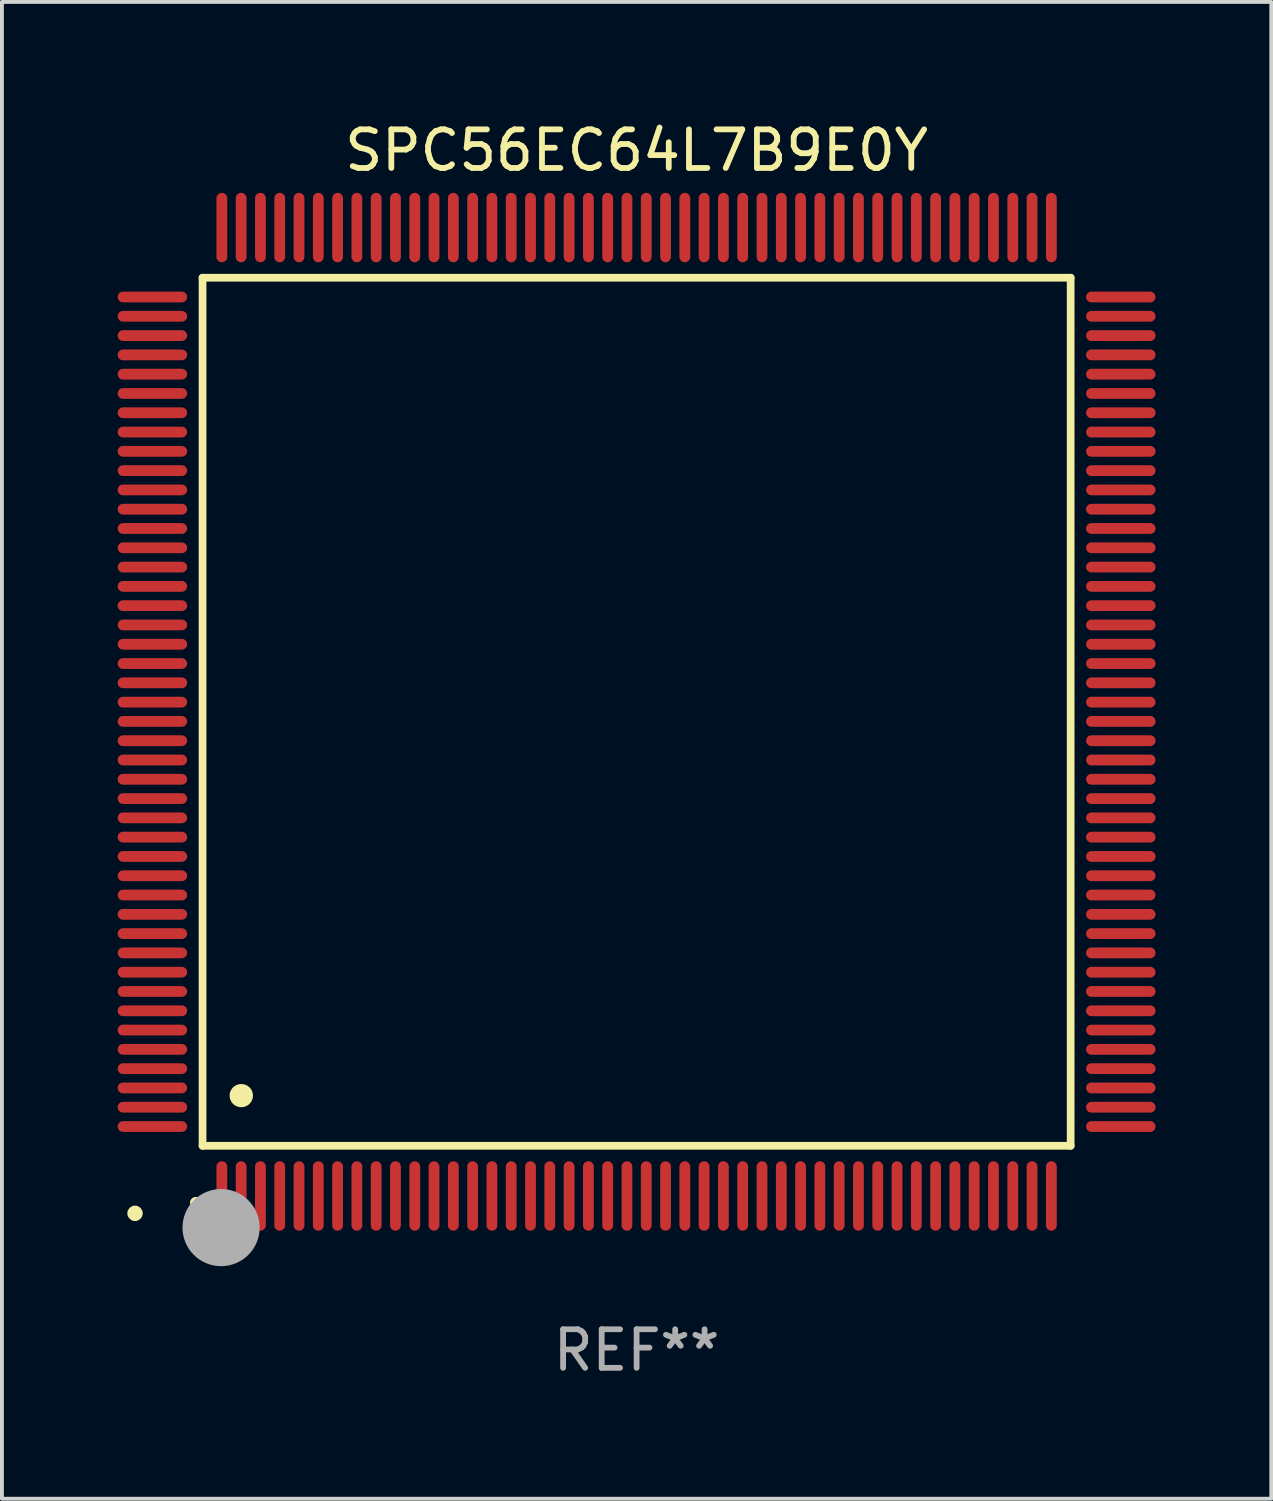
<source format=kicad_pcb>
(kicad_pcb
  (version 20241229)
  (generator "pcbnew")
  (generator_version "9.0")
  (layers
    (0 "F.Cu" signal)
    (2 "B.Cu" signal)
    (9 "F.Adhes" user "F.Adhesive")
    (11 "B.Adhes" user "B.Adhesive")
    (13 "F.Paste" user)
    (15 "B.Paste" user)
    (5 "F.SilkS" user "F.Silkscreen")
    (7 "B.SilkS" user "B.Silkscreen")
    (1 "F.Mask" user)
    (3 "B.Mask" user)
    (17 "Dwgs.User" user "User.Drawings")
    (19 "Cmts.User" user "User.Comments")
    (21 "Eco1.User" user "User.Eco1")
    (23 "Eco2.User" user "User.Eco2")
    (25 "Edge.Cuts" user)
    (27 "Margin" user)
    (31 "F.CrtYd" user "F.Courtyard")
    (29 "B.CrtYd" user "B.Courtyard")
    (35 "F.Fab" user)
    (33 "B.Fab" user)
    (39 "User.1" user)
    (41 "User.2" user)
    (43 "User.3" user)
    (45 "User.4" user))
  (footprint "SPC56EC64L7B9E0Y"
    (layer "F.Cu")
    (at 13.45 15.398)
    (property "Reference" "SPC56EC64L7B9E0Y" (at 0 -14.55 0) (layer "F.SilkS") (effects (font (size 1 1) (thickness 0.15))))
    (attr through_hole)
    (fp_line (start -11.25 -11.25) (end 11.25 -11.25) (stroke (width 0.2) (type solid)) (layer "F.SilkS"))
    (fp_line (start -11.25 11.25) (end -11.25 -11.25) (stroke (width 0.2) (type solid)) (layer "F.SilkS"))
    (fp_line (start 11.25 -11.25) (end 11.25 11.25) (stroke (width 0.2) (type solid)) (layer "F.SilkS"))
    (fp_line (start 11.25 11.25) (end -11.25 11.25) (stroke (width 0.2) (type solid)) (layer "F.SilkS"))
    (fp_arc (start -11.424943 12.725425) (mid -11.423673 12.72542) (end -11.422403 12.725425) (stroke (width 0.3) (type solid)) (layer "F.SilkS"))
    (fp_arc (start -10.24892 9.9492) (mid -10.24638 9.949189) (end -10.24384 9.9492) (stroke (width 0.6) (type solid)) (layer "F.SilkS"))
    (fp_circle (center -13 13) (end -12.9 13) (stroke (width 0.2) (type solid)) (fill no) (layer "F.SilkS"))
    (fp_circle (center -10.77 13.37) (end -10.27 13.37) (stroke (width 1) (type solid)) (fill no) (layer "F.Fab"))
    (fp_text user "REF**" (at 0 16.55 0) (layer "F.Fab") (effects (font (size 1 1) (thickness 0.15))))
    (pad "1" smd oval (at -10.75 12.55) (size 0.28 1.8) (layers "F.Cu" "F.Mask" "F.Paste"))
    (pad "2" smd oval (at -10.25 12.55) (size 0.28 1.8) (layers "F.Cu" "F.Mask" "F.Paste"))
    (pad "3" smd oval (at -9.75 12.55) (size 0.28 1.8) (layers "F.Cu" "F.Mask" "F.Paste"))
    (pad "4" smd oval (at -9.25 12.55) (size 0.28 1.8) (layers "F.Cu" "F.Mask" "F.Paste"))
    (pad "5" smd oval (at -8.75 12.55) (size 0.28 1.8) (layers "F.Cu" "F.Mask" "F.Paste"))
    (pad "6" smd oval (at -8.25 12.55) (size 0.28 1.8) (layers "F.Cu" "F.Mask" "F.Paste"))
    (pad "7" smd oval (at -7.75 12.55) (size 0.28 1.8) (layers "F.Cu" "F.Mask" "F.Paste"))
    (pad "8" smd oval (at -7.25 12.55) (size 0.28 1.8) (layers "F.Cu" "F.Mask" "F.Paste"))
    (pad "9" smd oval (at -6.75 12.55) (size 0.28 1.8) (layers "F.Cu" "F.Mask" "F.Paste"))
    (pad "10" smd oval (at -6.25 12.55) (size 0.28 1.8) (layers "F.Cu" "F.Mask" "F.Paste"))
    (pad "11" smd oval (at -5.75 12.55) (size 0.28 1.8) (layers "F.Cu" "F.Mask" "F.Paste"))
    (pad "12" smd oval (at -5.25 12.55) (size 0.28 1.8) (layers "F.Cu" "F.Mask" "F.Paste"))
    (pad "13" smd oval (at -4.75 12.55) (size 0.28 1.8) (layers "F.Cu" "F.Mask" "F.Paste"))
    (pad "14" smd oval (at -4.25 12.55) (size 0.28 1.8) (layers "F.Cu" "F.Mask" "F.Paste"))
    (pad "15" smd oval (at -3.75 12.55) (size 0.28 1.8) (layers "F.Cu" "F.Mask" "F.Paste"))
    (pad "16" smd oval (at -3.25 12.55) (size 0.28 1.8) (layers "F.Cu" "F.Mask" "F.Paste"))
    (pad "17" smd oval (at -2.75 12.55) (size 0.28 1.8) (layers "F.Cu" "F.Mask" "F.Paste"))
    (pad "18" smd oval (at -2.25 12.55) (size 0.28 1.8) (layers "F.Cu" "F.Mask" "F.Paste"))
    (pad "19" smd oval (at -1.75 12.55) (size 0.28 1.8) (layers "F.Cu" "F.Mask" "F.Paste"))
    (pad "20" smd oval (at -1.25 12.55) (size 0.28 1.8) (layers "F.Cu" "F.Mask" "F.Paste"))
    (pad "21" smd oval (at -0.75 12.55) (size 0.28 1.8) (layers "F.Cu" "F.Mask" "F.Paste"))
    (pad "22" smd oval (at -0.25 12.55) (size 0.28 1.8) (layers "F.Cu" "F.Mask" "F.Paste"))
    (pad "23" smd oval (at 0.25 12.55) (size 0.28 1.8) (layers "F.Cu" "F.Mask" "F.Paste"))
    (pad "24" smd oval (at 0.75 12.55) (size 0.28 1.8) (layers "F.Cu" "F.Mask" "F.Paste"))
    (pad "25" smd oval (at 1.25 12.55) (size 0.28 1.8) (layers "F.Cu" "F.Mask" "F.Paste"))
    (pad "26" smd oval (at 1.75 12.55) (size 0.28 1.8) (layers "F.Cu" "F.Mask" "F.Paste"))
    (pad "27" smd oval (at 2.25 12.55) (size 0.28 1.8) (layers "F.Cu" "F.Mask" "F.Paste"))
    (pad "28" smd oval (at 2.75 12.55) (size 0.28 1.8) (layers "F.Cu" "F.Mask" "F.Paste"))
    (pad "29" smd oval (at 3.25 12.55) (size 0.28 1.8) (layers "F.Cu" "F.Mask" "F.Paste"))
    (pad "30" smd oval (at 3.75 12.55) (size 0.28 1.8) (layers "F.Cu" "F.Mask" "F.Paste"))
    (pad "31" smd oval (at 4.25 12.55) (size 0.28 1.8) (layers "F.Cu" "F.Mask" "F.Paste"))
    (pad "32" smd oval (at 4.75 12.55) (size 0.28 1.8) (layers "F.Cu" "F.Mask" "F.Paste"))
    (pad "33" smd oval (at 5.25 12.55) (size 0.28 1.8) (layers "F.Cu" "F.Mask" "F.Paste"))
    (pad "34" smd oval (at 5.75 12.55) (size 0.28 1.8) (layers "F.Cu" "F.Mask" "F.Paste"))
    (pad "35" smd oval (at 6.25 12.55) (size 0.28 1.8) (layers "F.Cu" "F.Mask" "F.Paste"))
    (pad "36" smd oval (at 6.75 12.55) (size 0.28 1.8) (layers "F.Cu" "F.Mask" "F.Paste"))
    (pad "37" smd oval (at 7.25 12.55) (size 0.28 1.8) (layers "F.Cu" "F.Mask" "F.Paste"))
    (pad "38" smd oval (at 7.75 12.55) (size 0.28 1.8) (layers "F.Cu" "F.Mask" "F.Paste"))
    (pad "39" smd oval (at 8.25 12.55) (size 0.28 1.8) (layers "F.Cu" "F.Mask" "F.Paste"))
    (pad "40" smd oval (at 8.75 12.55) (size 0.28 1.8) (layers "F.Cu" "F.Mask" "F.Paste"))
    (pad "41" smd oval (at 9.25 12.55) (size 0.28 1.8) (layers "F.Cu" "F.Mask" "F.Paste"))
    (pad "42" smd oval (at 9.75 12.55) (size 0.28 1.8) (layers "F.Cu" "F.Mask" "F.Paste"))
    (pad "43" smd oval (at 10.25 12.55) (size 0.28 1.8) (layers "F.Cu" "F.Mask" "F.Paste"))
    (pad "44" smd oval (at 10.75 12.55) (size 0.28 1.8) (layers "F.Cu" "F.Mask" "F.Paste"))
    (pad "45" smd oval (at 12.55 10.75) (size 1.8 0.28) (layers "F.Cu" "F.Mask" "F.Paste"))
    (pad "46" smd oval (at 12.55 10.25) (size 1.8 0.28) (layers "F.Cu" "F.Mask" "F.Paste"))
    (pad "47" smd oval (at 12.55 9.75) (size 1.8 0.28) (layers "F.Cu" "F.Mask" "F.Paste"))
    (pad "48" smd oval (at 12.55 9.25) (size 1.8 0.28) (layers "F.Cu" "F.Mask" "F.Paste"))
    (pad "49" smd oval (at 12.55 8.75) (size 1.8 0.28) (layers "F.Cu" "F.Mask" "F.Paste"))
    (pad "50" smd oval (at 12.55 8.25) (size 1.8 0.28) (layers "F.Cu" "F.Mask" "F.Paste"))
    (pad "51" smd oval (at 12.55 7.75) (size 1.8 0.28) (layers "F.Cu" "F.Mask" "F.Paste"))
    (pad "52" smd oval (at 12.55 7.25) (size 1.8 0.28) (layers "F.Cu" "F.Mask" "F.Paste"))
    (pad "53" smd oval (at 12.55 6.75) (size 1.8 0.28) (layers "F.Cu" "F.Mask" "F.Paste"))
    (pad "54" smd oval (at 12.55 6.25) (size 1.8 0.28) (layers "F.Cu" "F.Mask" "F.Paste"))
    (pad "55" smd oval (at 12.55 5.75) (size 1.8 0.28) (layers "F.Cu" "F.Mask" "F.Paste"))
    (pad "56" smd oval (at 12.55 5.25) (size 1.8 0.28) (layers "F.Cu" "F.Mask" "F.Paste"))
    (pad "57" smd oval (at 12.55 4.75) (size 1.8 0.28) (layers "F.Cu" "F.Mask" "F.Paste"))
    (pad "58" smd oval (at 12.55 4.25) (size 1.8 0.28) (layers "F.Cu" "F.Mask" "F.Paste"))
    (pad "59" smd oval (at 12.55 3.75) (size 1.8 0.28) (layers "F.Cu" "F.Mask" "F.Paste"))
    (pad "60" smd oval (at 12.55 3.25) (size 1.8 0.28) (layers "F.Cu" "F.Mask" "F.Paste"))
    (pad "61" smd oval (at 12.55 2.75) (size 1.8 0.28) (layers "F.Cu" "F.Mask" "F.Paste"))
    (pad "62" smd oval (at 12.55 2.25) (size 1.8 0.28) (layers "F.Cu" "F.Mask" "F.Paste"))
    (pad "63" smd oval (at 12.55 1.75) (size 1.8 0.28) (layers "F.Cu" "F.Mask" "F.Paste"))
    (pad "64" smd oval (at 12.55 1.25) (size 1.8 0.28) (layers "F.Cu" "F.Mask" "F.Paste"))
    (pad "65" smd oval (at 12.55 0.75) (size 1.8 0.28) (layers "F.Cu" "F.Mask" "F.Paste"))
    (pad "66" smd oval (at 12.55 0.25) (size 1.8 0.28) (layers "F.Cu" "F.Mask" "F.Paste"))
    (pad "67" smd oval (at 12.55 -0.25) (size 1.8 0.28) (layers "F.Cu" "F.Mask" "F.Paste"))
    (pad "68" smd oval (at 12.55 -0.75) (size 1.8 0.28) (layers "F.Cu" "F.Mask" "F.Paste"))
    (pad "69" smd oval (at 12.55 -1.25) (size 1.8 0.28) (layers "F.Cu" "F.Mask" "F.Paste"))
    (pad "70" smd oval (at 12.55 -1.75) (size 1.8 0.28) (layers "F.Cu" "F.Mask" "F.Paste"))
    (pad "71" smd oval (at 12.55 -2.25) (size 1.8 0.28) (layers "F.Cu" "F.Mask" "F.Paste"))
    (pad "72" smd oval (at 12.55 -2.75) (size 1.8 0.28) (layers "F.Cu" "F.Mask" "F.Paste"))
    (pad "73" smd oval (at 12.55 -3.25) (size 1.8 0.28) (layers "F.Cu" "F.Mask" "F.Paste"))
    (pad "74" smd oval (at 12.55 -3.75) (size 1.8 0.28) (layers "F.Cu" "F.Mask" "F.Paste"))
    (pad "75" smd oval (at 12.55 -4.25) (size 1.8 0.28) (layers "F.Cu" "F.Mask" "F.Paste"))
    (pad "76" smd oval (at 12.55 -4.75) (size 1.8 0.28) (layers "F.Cu" "F.Mask" "F.Paste"))
    (pad "77" smd oval (at 12.55 -5.25) (size 1.8 0.28) (layers "F.Cu" "F.Mask" "F.Paste"))
    (pad "78" smd oval (at 12.55 -5.75) (size 1.8 0.28) (layers "F.Cu" "F.Mask" "F.Paste"))
    (pad "79" smd oval (at 12.55 -6.25) (size 1.8 0.28) (layers "F.Cu" "F.Mask" "F.Paste"))
    (pad "80" smd oval (at 12.55 -6.75) (size 1.8 0.28) (layers "F.Cu" "F.Mask" "F.Paste"))
    (pad "81" smd oval (at 12.55 -7.25) (size 1.8 0.28) (layers "F.Cu" "F.Mask" "F.Paste"))
    (pad "82" smd oval (at 12.55 -7.75) (size 1.8 0.28) (layers "F.Cu" "F.Mask" "F.Paste"))
    (pad "83" smd oval (at 12.55 -8.25) (size 1.8 0.28) (layers "F.Cu" "F.Mask" "F.Paste"))
    (pad "84" smd oval (at 12.55 -8.75) (size 1.8 0.28) (layers "F.Cu" "F.Mask" "F.Paste"))
    (pad "85" smd oval (at 12.55 -9.25) (size 1.8 0.28) (layers "F.Cu" "F.Mask" "F.Paste"))
    (pad "86" smd oval (at 12.55 -9.75) (size 1.8 0.28) (layers "F.Cu" "F.Mask" "F.Paste"))
    (pad "87" smd oval (at 12.55 -10.25) (size 1.8 0.28) (layers "F.Cu" "F.Mask" "F.Paste"))
    (pad "88" smd oval (at 12.55 -10.75) (size 1.8 0.28) (layers "F.Cu" "F.Mask" "F.Paste"))
    (pad "89" smd oval (at 10.75 -12.55) (size 0.28 1.8) (layers "F.Cu" "F.Mask" "F.Paste"))
    (pad "90" smd oval (at 10.25 -12.55) (size 0.28 1.8) (layers "F.Cu" "F.Mask" "F.Paste"))
    (pad "91" smd oval (at 9.75 -12.55) (size 0.28 1.8) (layers "F.Cu" "F.Mask" "F.Paste"))
    (pad "92" smd oval (at 9.25 -12.55) (size 0.28 1.8) (layers "F.Cu" "F.Mask" "F.Paste"))
    (pad "93" smd oval (at 8.75 -12.55) (size 0.28 1.8) (layers "F.Cu" "F.Mask" "F.Paste"))
    (pad "94" smd oval (at 8.25 -12.55) (size 0.28 1.8) (layers "F.Cu" "F.Mask" "F.Paste"))
    (pad "95" smd oval (at 7.75 -12.55) (size 0.28 1.8) (layers "F.Cu" "F.Mask" "F.Paste"))
    (pad "96" smd oval (at 7.25 -12.55) (size 0.28 1.8) (layers "F.Cu" "F.Mask" "F.Paste"))
    (pad "97" smd oval (at 6.75 -12.55) (size 0.28 1.8) (layers "F.Cu" "F.Mask" "F.Paste"))
    (pad "98" smd oval (at 6.25 -12.55) (size 0.28 1.8) (layers "F.Cu" "F.Mask" "F.Paste"))
    (pad "99" smd oval (at 5.75 -12.55) (size 0.28 1.8) (layers "F.Cu" "F.Mask" "F.Paste"))
    (pad "100" smd oval (at 5.25 -12.55) (size 0.28 1.8) (layers "F.Cu" "F.Mask" "F.Paste"))
    (pad "101" smd oval (at 4.75 -12.55) (size 0.28 1.8) (layers "F.Cu" "F.Mask" "F.Paste"))
    (pad "102" smd oval (at 4.25 -12.55) (size 0.28 1.8) (layers "F.Cu" "F.Mask" "F.Paste"))
    (pad "103" smd oval (at 3.75 -12.55) (size 0.28 1.8) (layers "F.Cu" "F.Mask" "F.Paste"))
    (pad "104" smd oval (at 3.25 -12.55) (size 0.28 1.8) (layers "F.Cu" "F.Mask" "F.Paste"))
    (pad "105" smd oval (at 2.75 -12.55) (size 0.28 1.8) (layers "F.Cu" "F.Mask" "F.Paste"))
    (pad "106" smd oval (at 2.25 -12.55) (size 0.28 1.8) (layers "F.Cu" "F.Mask" "F.Paste"))
    (pad "107" smd oval (at 1.75 -12.55) (size 0.28 1.8) (layers "F.Cu" "F.Mask" "F.Paste"))
    (pad "108" smd oval (at 1.25 -12.55) (size 0.28 1.8) (layers "F.Cu" "F.Mask" "F.Paste"))
    (pad "109" smd oval (at 0.75 -12.55) (size 0.28 1.8) (layers "F.Cu" "F.Mask" "F.Paste"))
    (pad "110" smd oval (at 0.25 -12.55) (size 0.28 1.8) (layers "F.Cu" "F.Mask" "F.Paste"))
    (pad "111" smd oval (at -0.25 -12.55) (size 0.28 1.8) (layers "F.Cu" "F.Mask" "F.Paste"))
    (pad "112" smd oval (at -0.75 -12.55) (size 0.28 1.8) (layers "F.Cu" "F.Mask" "F.Paste"))
    (pad "113" smd oval (at -1.25 -12.55) (size 0.28 1.8) (layers "F.Cu" "F.Mask" "F.Paste"))
    (pad "114" smd oval (at -1.75 -12.55) (size 0.28 1.8) (layers "F.Cu" "F.Mask" "F.Paste"))
    (pad "115" smd oval (at -2.25 -12.55) (size 0.28 1.8) (layers "F.Cu" "F.Mask" "F.Paste"))
    (pad "116" smd oval (at -2.75 -12.55) (size 0.28 1.8) (layers "F.Cu" "F.Mask" "F.Paste"))
    (pad "117" smd oval (at -3.25 -12.55) (size 0.28 1.8) (layers "F.Cu" "F.Mask" "F.Paste"))
    (pad "118" smd oval (at -3.75 -12.55) (size 0.28 1.8) (layers "F.Cu" "F.Mask" "F.Paste"))
    (pad "119" smd oval (at -4.25 -12.55) (size 0.28 1.8) (layers "F.Cu" "F.Mask" "F.Paste"))
    (pad "120" smd oval (at -4.75 -12.55) (size 0.28 1.8) (layers "F.Cu" "F.Mask" "F.Paste"))
    (pad "121" smd oval (at -5.25 -12.55) (size 0.28 1.8) (layers "F.Cu" "F.Mask" "F.Paste"))
    (pad "122" smd oval (at -5.75 -12.55) (size 0.28 1.8) (layers "F.Cu" "F.Mask" "F.Paste"))
    (pad "123" smd oval (at -6.25 -12.55) (size 0.28 1.8) (layers "F.Cu" "F.Mask" "F.Paste"))
    (pad "124" smd oval (at -6.75 -12.55) (size 0.28 1.8) (layers "F.Cu" "F.Mask" "F.Paste"))
    (pad "125" smd oval (at -7.25 -12.55) (size 0.28 1.8) (layers "F.Cu" "F.Mask" "F.Paste"))
    (pad "126" smd oval (at -7.75 -12.55) (size 0.28 1.8) (layers "F.Cu" "F.Mask" "F.Paste"))
    (pad "127" smd oval (at -8.25 -12.55) (size 0.28 1.8) (layers "F.Cu" "F.Mask" "F.Paste"))
    (pad "128" smd oval (at -8.75 -12.55) (size 0.28 1.8) (layers "F.Cu" "F.Mask" "F.Paste"))
    (pad "129" smd oval (at -9.25 -12.55) (size 0.28 1.8) (layers "F.Cu" "F.Mask" "F.Paste"))
    (pad "130" smd oval (at -9.75 -12.55) (size 0.28 1.8) (layers "F.Cu" "F.Mask" "F.Paste"))
    (pad "131" smd oval (at -10.25 -12.55) (size 0.28 1.8) (layers "F.Cu" "F.Mask" "F.Paste"))
    (pad "132" smd oval (at -10.75 -12.55) (size 0.28 1.8) (layers "F.Cu" "F.Mask" "F.Paste"))
    (pad "133" smd oval (at -12.55 -10.75) (size 1.8 0.28) (layers "F.Cu" "F.Mask" "F.Paste"))
    (pad "134" smd oval (at -12.55 -10.25) (size 1.8 0.28) (layers "F.Cu" "F.Mask" "F.Paste"))
    (pad "135" smd oval (at -12.55 -9.75) (size 1.8 0.28) (layers "F.Cu" "F.Mask" "F.Paste"))
    (pad "136" smd oval (at -12.55 -9.25) (size 1.8 0.28) (layers "F.Cu" "F.Mask" "F.Paste"))
    (pad "137" smd oval (at -12.55 -8.75) (size 1.8 0.28) (layers "F.Cu" "F.Mask" "F.Paste"))
    (pad "138" smd oval (at -12.55 -8.25) (size 1.8 0.28) (layers "F.Cu" "F.Mask" "F.Paste"))
    (pad "139" smd oval (at -12.55 -7.75) (size 1.8 0.28) (layers "F.Cu" "F.Mask" "F.Paste"))
    (pad "140" smd oval (at -12.55 -7.25) (size 1.8 0.28) (layers "F.Cu" "F.Mask" "F.Paste"))
    (pad "141" smd oval (at -12.55 -6.75) (size 1.8 0.28) (layers "F.Cu" "F.Mask" "F.Paste"))
    (pad "142" smd oval (at -12.55 -6.25) (size 1.8 0.28) (layers "F.Cu" "F.Mask" "F.Paste"))
    (pad "143" smd oval (at -12.55 -5.75) (size 1.8 0.28) (layers "F.Cu" "F.Mask" "F.Paste"))
    (pad "144" smd oval (at -12.55 -5.25) (size 1.8 0.28) (layers "F.Cu" "F.Mask" "F.Paste"))
    (pad "145" smd oval (at -12.55 -4.75) (size 1.8 0.28) (layers "F.Cu" "F.Mask" "F.Paste"))
    (pad "146" smd oval (at -12.55 -4.25) (size 1.8 0.28) (layers "F.Cu" "F.Mask" "F.Paste"))
    (pad "147" smd oval (at -12.55 -3.75) (size 1.8 0.28) (layers "F.Cu" "F.Mask" "F.Paste"))
    (pad "148" smd oval (at -12.55 -3.25) (size 1.8 0.28) (layers "F.Cu" "F.Mask" "F.Paste"))
    (pad "149" smd oval (at -12.55 -2.75) (size 1.8 0.28) (layers "F.Cu" "F.Mask" "F.Paste"))
    (pad "150" smd oval (at -12.55 -2.25) (size 1.8 0.28) (layers "F.Cu" "F.Mask" "F.Paste"))
    (pad "151" smd oval (at -12.55 -1.75) (size 1.8 0.28) (layers "F.Cu" "F.Mask" "F.Paste"))
    (pad "152" smd oval (at -12.55 -1.25) (size 1.8 0.28) (layers "F.Cu" "F.Mask" "F.Paste"))
    (pad "153" smd oval (at -12.55 -0.75) (size 1.8 0.28) (layers "F.Cu" "F.Mask" "F.Paste"))
    (pad "154" smd oval (at -12.55 -0.25) (size 1.8 0.28) (layers "F.Cu" "F.Mask" "F.Paste"))
    (pad "155" smd oval (at -12.55 0.25) (size 1.8 0.28) (layers "F.Cu" "F.Mask" "F.Paste"))
    (pad "156" smd oval (at -12.55 0.75) (size 1.8 0.28) (layers "F.Cu" "F.Mask" "F.Paste"))
    (pad "157" smd oval (at -12.55 1.25) (size 1.8 0.28) (layers "F.Cu" "F.Mask" "F.Paste"))
    (pad "158" smd oval (at -12.55 1.75) (size 1.8 0.28) (layers "F.Cu" "F.Mask" "F.Paste"))
    (pad "159" smd oval (at -12.55 2.25) (size 1.8 0.28) (layers "F.Cu" "F.Mask" "F.Paste"))
    (pad "160" smd oval (at -12.55 2.75) (size 1.8 0.28) (layers "F.Cu" "F.Mask" "F.Paste"))
    (pad "161" smd oval (at -12.55 3.25) (size 1.8 0.28) (layers "F.Cu" "F.Mask" "F.Paste"))
    (pad "162" smd oval (at -12.55 3.75) (size 1.8 0.28) (layers "F.Cu" "F.Mask" "F.Paste"))
    (pad "163" smd oval (at -12.55 4.25) (size 1.8 0.28) (layers "F.Cu" "F.Mask" "F.Paste"))
    (pad "164" smd oval (at -12.55 4.75) (size 1.8 0.28) (layers "F.Cu" "F.Mask" "F.Paste"))
    (pad "165" smd oval (at -12.55 5.25) (size 1.8 0.28) (layers "F.Cu" "F.Mask" "F.Paste"))
    (pad "166" smd oval (at -12.55 5.75) (size 1.8 0.28) (layers "F.Cu" "F.Mask" "F.Paste"))
    (pad "167" smd oval (at -12.55 6.25) (size 1.8 0.28) (layers "F.Cu" "F.Mask" "F.Paste"))
    (pad "168" smd oval (at -12.55 6.75) (size 1.8 0.28) (layers "F.Cu" "F.Mask" "F.Paste"))
    (pad "169" smd oval (at -12.55 7.25) (size 1.8 0.28) (layers "F.Cu" "F.Mask" "F.Paste"))
    (pad "170" smd oval (at -12.55 7.75) (size 1.8 0.28) (layers "F.Cu" "F.Mask" "F.Paste"))
    (pad "171" smd oval (at -12.55 8.25) (size 1.8 0.28) (layers "F.Cu" "F.Mask" "F.Paste"))
    (pad "172" smd oval (at -12.55 8.75) (size 1.8 0.28) (layers "F.Cu" "F.Mask" "F.Paste"))
    (pad "173" smd oval (at -12.55 9.25) (size 1.8 0.28) (layers "F.Cu" "F.Mask" "F.Paste"))
    (pad "174" smd oval (at -12.55 9.75) (size 1.8 0.28) (layers "F.Cu" "F.Mask" "F.Paste"))
    (pad "175" smd oval (at -12.55 10.25) (size 1.8 0.28) (layers "F.Cu" "F.Mask" "F.Paste"))
    (pad "176" smd oval (at -12.55 10.75) (size 1.8 0.28) (layers "F.Cu" "F.Mask" "F.Paste")))
  (gr_rect
    (start -3 -3)
    (end 29.9 35.796)
    (stroke (width 0.1) (type default))
    (fill no)
    (layer "Edge.Cuts")))
</source>
